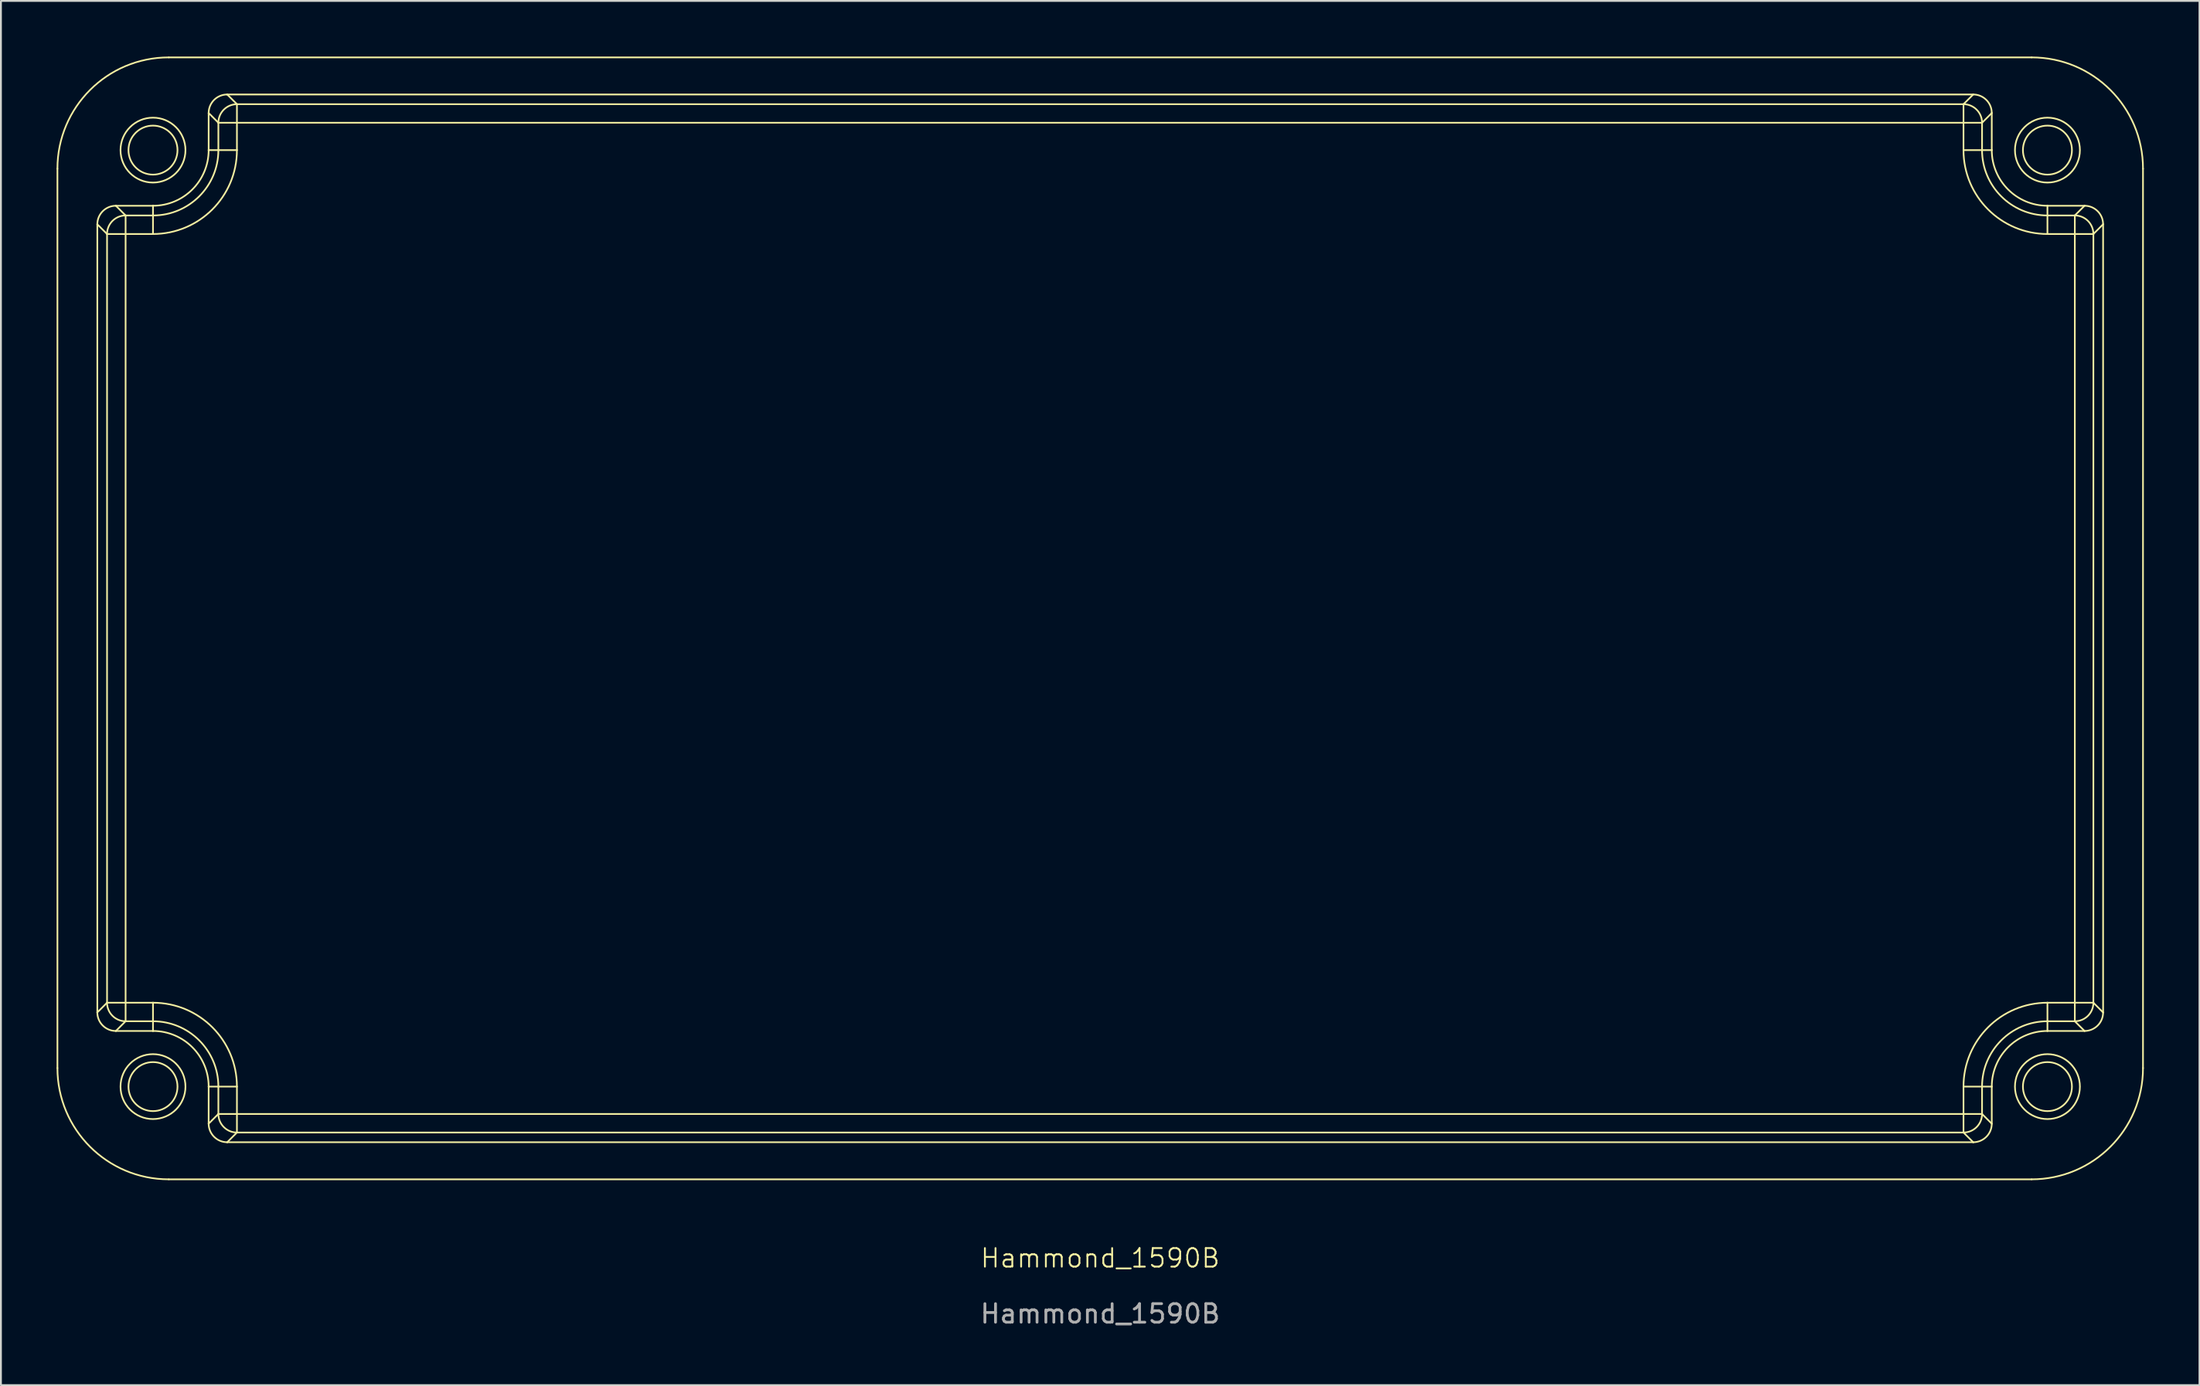
<source format=kicad_pcb>
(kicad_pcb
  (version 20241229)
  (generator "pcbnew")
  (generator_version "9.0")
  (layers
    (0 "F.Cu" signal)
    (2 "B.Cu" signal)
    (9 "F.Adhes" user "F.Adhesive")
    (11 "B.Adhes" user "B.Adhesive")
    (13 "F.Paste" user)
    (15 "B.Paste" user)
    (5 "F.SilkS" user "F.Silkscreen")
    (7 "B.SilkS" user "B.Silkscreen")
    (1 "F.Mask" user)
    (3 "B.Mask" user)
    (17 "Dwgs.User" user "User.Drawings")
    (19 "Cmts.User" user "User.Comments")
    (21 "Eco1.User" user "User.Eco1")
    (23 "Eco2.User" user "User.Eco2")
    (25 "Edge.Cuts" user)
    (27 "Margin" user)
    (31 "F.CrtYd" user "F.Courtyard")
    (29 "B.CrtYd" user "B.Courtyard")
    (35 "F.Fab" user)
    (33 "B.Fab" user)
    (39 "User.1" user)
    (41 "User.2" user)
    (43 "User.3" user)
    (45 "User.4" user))
  (footprint "Hammond_1590B"
    (layer "F.Cu")
    (at 56.245 30.295)
    (property "Reference" "Hammond_1590B" (at 0 34.5 0) (unlocked yes) (layer "F.SilkS") (effects (font (size 1 1) (thickness 0.1))))
    (fp_line (start -56.2 -24.25) (end -56.2 24.25) (stroke (width 0.09) (type solid)) (layer "F.SilkS"))
    (fp_line (start -54.05 -21.25) (end -53.526 -20.726) (stroke (width 0.09) (type solid)) (layer "F.SilkS"))
    (fp_line (start -54.05 21.25) (end -54.05 -21.25) (stroke (width 0.09) (type solid)) (layer "F.SilkS"))
    (fp_line (start -53.526 -20.726) (end -53.526 20.726) (stroke (width 0.09) (type solid)) (layer "F.SilkS"))
    (fp_line (start -53.526 -20.726) (end -52.526 -20.726) (stroke (width 0.09) (type solid)) (layer "F.SilkS"))
    (fp_line (start -53.526 20.726) (end -54.05 21.25) (stroke (width 0.09) (type solid)) (layer "F.SilkS"))
    (fp_line (start -53.05 -22.25) (end -51.05 -22.25) (stroke (width 0.09) (type solid)) (layer "F.SilkS"))
    (fp_line (start -53.05 22.25) (end -52.526 21.726) (stroke (width 0.09) (type solid)) (layer "F.SilkS"))
    (fp_line (start -52.526 -21.726) (end -53.05 -22.25) (stroke (width 0.09) (type solid)) (layer "F.SilkS"))
    (fp_line (start -52.526 -20.726) (end -52.526 -21.726) (stroke (width 0.09) (type solid)) (layer "F.SilkS"))
    (fp_line (start -52.526 -20.726) (end -51.05 -20.726) (stroke (width 0.09) (type solid)) (layer "F.SilkS"))
    (fp_line (start -52.526 20.726) (end -53.526 20.726) (stroke (width 0.09) (type solid)) (layer "F.SilkS"))
    (fp_line (start -52.526 20.726) (end -52.526 -20.726) (stroke (width 0.09) (type solid)) (layer "F.SilkS"))
    (fp_line (start -52.526 21.726) (end -52.526 20.726) (stroke (width 0.09) (type solid)) (layer "F.SilkS"))
    (fp_line (start -52.526 21.726) (end -51.05 21.726) (stroke (width 0.09) (type solid)) (layer "F.SilkS"))
    (fp_line (start -51.05 -22.25) (end -51.05 -21.726) (stroke (width 0.09) (type solid)) (layer "F.SilkS"))
    (fp_line (start -51.05 -21.726) (end -52.526 -21.726) (stroke (width 0.09) (type solid)) (layer "F.SilkS"))
    (fp_line (start -51.05 -20.726) (end -51.05 -21.726) (stroke (width 0.09) (type solid)) (layer "F.SilkS"))
    (fp_line (start -51.05 20.726) (end -52.526 20.726) (stroke (width 0.09) (type solid)) (layer "F.SilkS"))
    (fp_line (start -51.05 20.726) (end -51.05 21.726) (stroke (width 0.09) (type solid)) (layer "F.SilkS"))
    (fp_line (start -51.05 22.25) (end -53.05 22.25) (stroke (width 0.09) (type solid)) (layer "F.SilkS"))
    (fp_line (start -51.05 22.25) (end -51.05 21.726) (stroke (width 0.09) (type solid)) (layer "F.SilkS"))
    (fp_line (start -50.2 30.25) (end 50.2 30.25) (stroke (width 0.09) (type solid)) (layer "F.SilkS"))
    (fp_line (start -48.05 -27.25) (end -47.526 -26.726) (stroke (width 0.09) (type solid)) (layer "F.SilkS"))
    (fp_line (start -48.05 -25.25) (end -48.05 -27.25) (stroke (width 0.09) (type solid)) (layer "F.SilkS"))
    (fp_line (start -48.05 -25.25) (end -47.526 -25.25) (stroke (width 0.09) (type solid)) (layer "F.SilkS"))
    (fp_line (start -48.05 25.25) (end -47.526 25.25) (stroke (width 0.09) (type solid)) (layer "F.SilkS"))
    (fp_line (start -48.05 27.25) (end -48.05 25.25) (stroke (width 0.09) (type solid)) (layer "F.SilkS"))
    (fp_line (start -47.526 -26.726) (end -47.526 -25.25) (stroke (width 0.09) (type solid)) (layer "F.SilkS"))
    (fp_line (start -47.526 -26.726) (end -46.526 -26.726) (stroke (width 0.09) (type solid)) (layer "F.SilkS"))
    (fp_line (start -47.526 25.25) (end -47.526 26.726) (stroke (width 0.09) (type solid)) (layer "F.SilkS"))
    (fp_line (start -47.526 26.726) (end -48.05 27.25) (stroke (width 0.09) (type solid)) (layer "F.SilkS"))
    (fp_line (start -47.05 -28.25) (end 47.05 -28.25) (stroke (width 0.09) (type solid)) (layer "F.SilkS"))
    (fp_line (start -47.05 28.25) (end -46.526 27.726) (stroke (width 0.09) (type solid)) (layer "F.SilkS"))
    (fp_line (start -46.526 -27.726) (end -47.05 -28.25) (stroke (width 0.09) (type solid)) (layer "F.SilkS"))
    (fp_line (start -46.526 -26.726) (end -46.526 -27.726) (stroke (width 0.09) (type solid)) (layer "F.SilkS"))
    (fp_line (start -46.526 -26.726) (end 46.526 -26.726) (stroke (width 0.09) (type solid)) (layer "F.SilkS"))
    (fp_line (start -46.526 -25.25) (end -47.526 -25.25) (stroke (width 0.09) (type solid)) (layer "F.SilkS"))
    (fp_line (start -46.526 -25.25) (end -46.526 -26.726) (stroke (width 0.09) (type solid)) (layer "F.SilkS"))
    (fp_line (start -46.526 25.25) (end -47.526 25.25) (stroke (width 0.09) (type solid)) (layer "F.SilkS"))
    (fp_line (start -46.526 26.726) (end -47.526 26.726) (stroke (width 0.09) (type solid)) (layer "F.SilkS"))
    (fp_line (start -46.526 26.726) (end -46.526 25.25) (stroke (width 0.09) (type solid)) (layer "F.SilkS"))
    (fp_line (start -46.526 27.726) (end -46.526 26.726) (stroke (width 0.09) (type solid)) (layer "F.SilkS"))
    (fp_line (start -46.526 27.726) (end 46.526 27.726) (stroke (width 0.09) (type solid)) (layer "F.SilkS"))
    (fp_line (start 46.526 -27.726) (end -46.526 -27.726) (stroke (width 0.09) (type solid)) (layer "F.SilkS"))
    (fp_line (start 46.526 -27.726) (end 46.526 -26.726) (stroke (width 0.09) (type solid)) (layer "F.SilkS"))
    (fp_line (start 46.526 -26.726) (end 46.526 -25.25) (stroke (width 0.09) (type solid)) (layer "F.SilkS"))
    (fp_line (start 46.526 -26.726) (end 47.526 -26.726) (stroke (width 0.09) (type solid)) (layer "F.SilkS"))
    (fp_line (start 46.526 25.25) (end 46.526 26.726) (stroke (width 0.09) (type solid)) (layer "F.SilkS"))
    (fp_line (start 46.526 26.726) (end -46.526 26.726) (stroke (width 0.09) (type solid)) (layer "F.SilkS"))
    (fp_line (start 46.526 26.726) (end 46.526 27.726) (stroke (width 0.09) (type solid)) (layer "F.SilkS"))
    (fp_line (start 46.526 27.726) (end 47.05 28.25) (stroke (width 0.09) (type solid)) (layer "F.SilkS"))
    (fp_line (start 47.05 -28.25) (end 46.526 -27.726) (stroke (width 0.09) (type solid)) (layer "F.SilkS"))
    (fp_line (start 47.05 28.25) (end -47.05 28.25) (stroke (width 0.09) (type solid)) (layer "F.SilkS"))
    (fp_line (start 47.526 -26.726) (end 48.05 -27.25) (stroke (width 0.09) (type solid)) (layer "F.SilkS"))
    (fp_line (start 47.526 -25.25) (end 46.526 -25.25) (stroke (width 0.09) (type solid)) (layer "F.SilkS"))
    (fp_line (start 47.526 -25.25) (end 47.526 -26.726) (stroke (width 0.09) (type solid)) (layer "F.SilkS"))
    (fp_line (start 47.526 25.25) (end 46.526 25.25) (stroke (width 0.09) (type solid)) (layer "F.SilkS"))
    (fp_line (start 47.526 26.726) (end 46.526 26.726) (stroke (width 0.09) (type solid)) (layer "F.SilkS"))
    (fp_line (start 47.526 26.726) (end 47.526 25.25) (stroke (width 0.09) (type solid)) (layer "F.SilkS"))
    (fp_line (start 48.05 -27.25) (end 48.05 -25.25) (stroke (width 0.09) (type solid)) (layer "F.SilkS"))
    (fp_line (start 48.05 -25.25) (end 47.526 -25.25) (stroke (width 0.09) (type solid)) (layer "F.SilkS"))
    (fp_line (start 48.05 25.25) (end 47.526 25.25) (stroke (width 0.09) (type solid)) (layer "F.SilkS"))
    (fp_line (start 48.05 25.25) (end 48.05 27.25) (stroke (width 0.09) (type solid)) (layer "F.SilkS"))
    (fp_line (start 48.05 27.25) (end 47.526 26.726) (stroke (width 0.09) (type solid)) (layer "F.SilkS"))
    (fp_line (start 50.2 -30.25) (end -50.2 -30.25) (stroke (width 0.09) (type solid)) (layer "F.SilkS"))
    (fp_line (start 51.05 -22.25) (end 51.05 -21.726) (stroke (width 0.09) (type solid)) (layer "F.SilkS"))
    (fp_line (start 51.05 -22.25) (end 53.05 -22.25) (stroke (width 0.09) (type solid)) (layer "F.SilkS"))
    (fp_line (start 51.05 -21.726) (end 51.05 -20.726) (stroke (width 0.09) (type solid)) (layer "F.SilkS"))
    (fp_line (start 51.05 -20.726) (end 52.526 -20.726) (stroke (width 0.09) (type solid)) (layer "F.SilkS"))
    (fp_line (start 51.05 21.726) (end 51.05 20.726) (stroke (width 0.09) (type solid)) (layer "F.SilkS"))
    (fp_line (start 51.05 21.726) (end 52.526 21.726) (stroke (width 0.09) (type solid)) (layer "F.SilkS"))
    (fp_line (start 51.05 22.25) (end 51.05 21.726) (stroke (width 0.09) (type solid)) (layer "F.SilkS"))
    (fp_line (start 52.526 -21.726) (end 51.05 -21.726) (stroke (width 0.09) (type solid)) (layer "F.SilkS"))
    (fp_line (start 52.526 -21.726) (end 52.526 -20.726) (stroke (width 0.09) (type solid)) (layer "F.SilkS"))
    (fp_line (start 52.526 -20.726) (end 52.526 20.726) (stroke (width 0.09) (type solid)) (layer "F.SilkS"))
    (fp_line (start 52.526 -20.726) (end 53.526 -20.726) (stroke (width 0.09) (type solid)) (layer "F.SilkS"))
    (fp_line (start 52.526 20.726) (end 51.05 20.726) (stroke (width 0.09) (type solid)) (layer "F.SilkS"))
    (fp_line (start 52.526 20.726) (end 52.526 21.726) (stroke (width 0.09) (type solid)) (layer "F.SilkS"))
    (fp_line (start 52.526 21.726) (end 53.05 22.25) (stroke (width 0.09) (type solid)) (layer "F.SilkS"))
    (fp_line (start 53.05 -22.25) (end 52.526 -21.726) (stroke (width 0.09) (type solid)) (layer "F.SilkS"))
    (fp_line (start 53.05 22.25) (end 51.05 22.25) (stroke (width 0.09) (type solid)) (layer "F.SilkS"))
    (fp_line (start 53.526 -20.726) (end 54.05 -21.25) (stroke (width 0.09) (type solid)) (layer "F.SilkS"))
    (fp_line (start 53.526 20.726) (end 52.526 20.726) (stroke (width 0.09) (type solid)) (layer "F.SilkS"))
    (fp_line (start 53.526 20.726) (end 53.526 -20.726) (stroke (width 0.09) (type solid)) (layer "F.SilkS"))
    (fp_line (start 54.05 -21.25) (end 54.05 21.25) (stroke (width 0.09) (type solid)) (layer "F.SilkS"))
    (fp_line (start 54.05 21.25) (end 53.526 20.726) (stroke (width 0.09) (type solid)) (layer "F.SilkS"))
    (fp_line (start 56.2 24.25) (end 56.2 -24.25) (stroke (width 0.09) (type solid)) (layer "F.SilkS"))
    (fp_arc (start -56.2 -24.25) (mid -54.442635 -28.492635) (end -50.2 -30.25) (stroke (width 0.09) (type solid)) (layer "F.SilkS"))
    (fp_arc (start -51.05 20.72608) (mid -47.851076 22.051076) (end -46.52608 25.25) (stroke (width 0.09) (type solid)) (layer "F.SilkS"))
    (fp_arc (start -51.05 21.725842) (mid -48.558015 22.758015) (end -47.525842 25.25) (stroke (width 0.09) (type solid)) (layer "F.SilkS"))
    (fp_arc (start -51.05 22.25) (mid -48.92865 23.12865) (end -48.05 25.25) (stroke (width 0.09) (type solid)) (layer "F.SilkS"))
    (fp_arc (start -50.2 30.25) (mid -54.442611 28.492611) (end -56.2 24.25) (stroke (width 0.09) (type solid)) (layer "F.SilkS"))
    (fp_arc (start -48.05 -25.25) (mid -48.92868 -23.12868) (end -51.05 -22.25) (stroke (width 0.09) (type solid)) (layer "F.SilkS"))
    (fp_arc (start -47.525842 -25.25) (mid -48.558044 -22.758044) (end -51.05 -21.725842) (stroke (width 0.09) (type solid)) (layer "F.SilkS"))
    (fp_arc (start -46.52608 -25.25) (mid -47.8511 -22.0511) (end -51.05 -20.72608) (stroke (width 0.09) (type solid)) (layer "F.SilkS"))
    (fp_arc (start 46.52608 25.25) (mid 47.85111 22.05111) (end 51.05 20.72608) (stroke (width 0.09) (type solid)) (layer "F.SilkS"))
    (fp_arc (start 47.525842 25.25) (mid 48.558048 22.758048) (end 51.05 21.725842) (stroke (width 0.09) (type solid)) (layer "F.SilkS"))
    (fp_arc (start 48.05 25.25) (mid 48.928684 23.128684) (end 51.05 22.25) (stroke (width 0.09) (type solid)) (layer "F.SilkS"))
    (fp_arc (start 50.2 -30.25) (mid 54.442666 -28.492666) (end 56.2 -24.25) (stroke (width 0.09) (type solid)) (layer "F.SilkS"))
    (fp_arc (start 51.05 -22.25) (mid 48.928705 -23.128705) (end 48.05 -25.25) (stroke (width 0.09) (type solid)) (layer "F.SilkS"))
    (fp_arc (start 51.05 -21.725842) (mid 48.558069 -22.758069) (end 47.525842 -25.25) (stroke (width 0.09) (type solid)) (layer "F.SilkS"))
    (fp_arc (start 51.05 -20.72608) (mid 47.85113 -22.05113) (end 46.52608 -25.25) (stroke (width 0.09) (type solid)) (layer "F.SilkS"))
    (fp_arc (start 56.2 24.25) (mid 54.442645 28.492645) (end 50.2 30.25) (stroke (width 0.09) (type solid)) (layer "F.SilkS"))
    (fp_circle (center -51.05 -25.25) (end -52.8 -25.25) (stroke (width 0.09) (type solid)) (fill no) (layer "F.SilkS"))
    (fp_circle (center -51.05 -25.25) (end -52.371 -25.25) (stroke (width 0.09) (type solid)) (fill no) (layer "F.SilkS"))
    (fp_circle (center -51.05 25.25) (end -52.8 25.25) (stroke (width 0.09) (type solid)) (fill no) (layer "F.SilkS"))
    (fp_circle (center -51.05 25.25) (end -52.371 25.25) (stroke (width 0.09) (type solid)) (fill no) (layer "F.SilkS"))
    (fp_circle (center 51.05 -25.25) (end 49.3 -25.25) (stroke (width 0.09) (type solid)) (fill no) (layer "F.SilkS"))
    (fp_circle (center 51.05 -25.25) (end 49.729 -25.25) (stroke (width 0.09) (type solid)) (fill no) (layer "F.SilkS"))
    (fp_circle (center 51.05 25.25) (end 49.3 25.25) (stroke (width 0.09) (type solid)) (fill no) (layer "F.SilkS"))
    (fp_circle (center 51.05 25.25) (end 49.729 25.25) (stroke (width 0.09) (type solid)) (fill no) (layer "F.SilkS"))
    (fp_curve (pts (xy -54.05 21.25) (xy -54.05 21.802) (xy -53.602 22.25) (xy -53.05 22.25)) (stroke (width 0.09) (type solid)) (layer "F.SilkS"))
    (fp_curve (pts (xy -53.526 20.726) (xy -53.526 21.278) (xy -53.078 21.726) (xy -52.526 21.726)) (stroke (width 0.09) (type solid)) (layer "F.SilkS"))
    (fp_curve (pts (xy -53.05 -22.25) (xy -53.602 -22.25) (xy -54.05 -21.802) (xy -54.05 -21.25)) (stroke (width 0.09) (type solid)) (layer "F.SilkS"))
    (fp_curve (pts (xy -52.526 -21.726) (xy -53.078 -21.726) (xy -53.526 -21.278) (xy -53.526 -20.726)) (stroke (width 0.09) (type solid)) (layer "F.SilkS"))
    (fp_curve (pts (xy -48.05 27.25) (xy -48.05 27.802) (xy -47.602 28.25) (xy -47.05 28.25)) (stroke (width 0.09) (type solid)) (layer "F.SilkS"))
    (fp_curve (pts (xy -47.526 26.726) (xy -47.526 27.278) (xy -47.078 27.726) (xy -46.526 27.726)) (stroke (width 0.09) (type solid)) (layer "F.SilkS"))
    (fp_curve (pts (xy -47.05 -28.25) (xy -47.602 -28.25) (xy -48.05 -27.802) (xy -48.05 -27.25)) (stroke (width 0.09) (type solid)) (layer "F.SilkS"))
    (fp_curve (pts (xy -46.526 -27.726) (xy -47.078 -27.726) (xy -47.526 -27.278) (xy -47.526 -26.726)) (stroke (width 0.09) (type solid)) (layer "F.SilkS"))
    (fp_curve (pts (xy 46.526 27.726) (xy 47.078 27.726) (xy 47.526 27.278) (xy 47.526 26.726)) (stroke (width 0.09) (type solid)) (layer "F.SilkS"))
    (fp_curve (pts (xy 47.05 28.25) (xy 47.602 28.25) (xy 48.05 27.802) (xy 48.05 27.25)) (stroke (width 0.09) (type solid)) (layer "F.SilkS"))
    (fp_curve (pts (xy 47.526 -26.726) (xy 47.526 -27.278) (xy 47.078 -27.726) (xy 46.526 -27.726)) (stroke (width 0.09) (type solid)) (layer "F.SilkS"))
    (fp_curve (pts (xy 48.05 -27.25) (xy 48.05 -27.802) (xy 47.602 -28.25) (xy 47.05 -28.25)) (stroke (width 0.09) (type solid)) (layer "F.SilkS"))
    (fp_curve (pts (xy 52.526 21.726) (xy 53.078 21.726) (xy 53.526 21.278) (xy 53.526 20.726)) (stroke (width 0.09) (type solid)) (layer "F.SilkS"))
    (fp_curve (pts (xy 53.05 22.25) (xy 53.602 22.25) (xy 54.05 21.802) (xy 54.05 21.25)) (stroke (width 0.09) (type solid)) (layer "F.SilkS"))
    (fp_curve (pts (xy 53.526 -20.726) (xy 53.526 -21.278) (xy 53.078 -21.726) (xy 52.526 -21.726)) (stroke (width 0.09) (type solid)) (layer "F.SilkS"))
    (fp_curve (pts (xy 54.05 -21.25) (xy 54.05 -21.802) (xy 53.602 -22.25) (xy 53.05 -22.25)) (stroke (width 0.09) (type solid)) (layer "F.SilkS"))
    (fp_text user "${REFERENCE}" (at 0 37.5 0) (unlocked yes) (layer "F.Fab") (effects (font (size 1 1) (thickness 0.15)))))
  (gr_rect
    (start -3 -3)
    (end 115.49 71.643)
    (stroke (width 0.1) (type default))
    (fill no)
    (layer "Edge.Cuts")))
</source>
